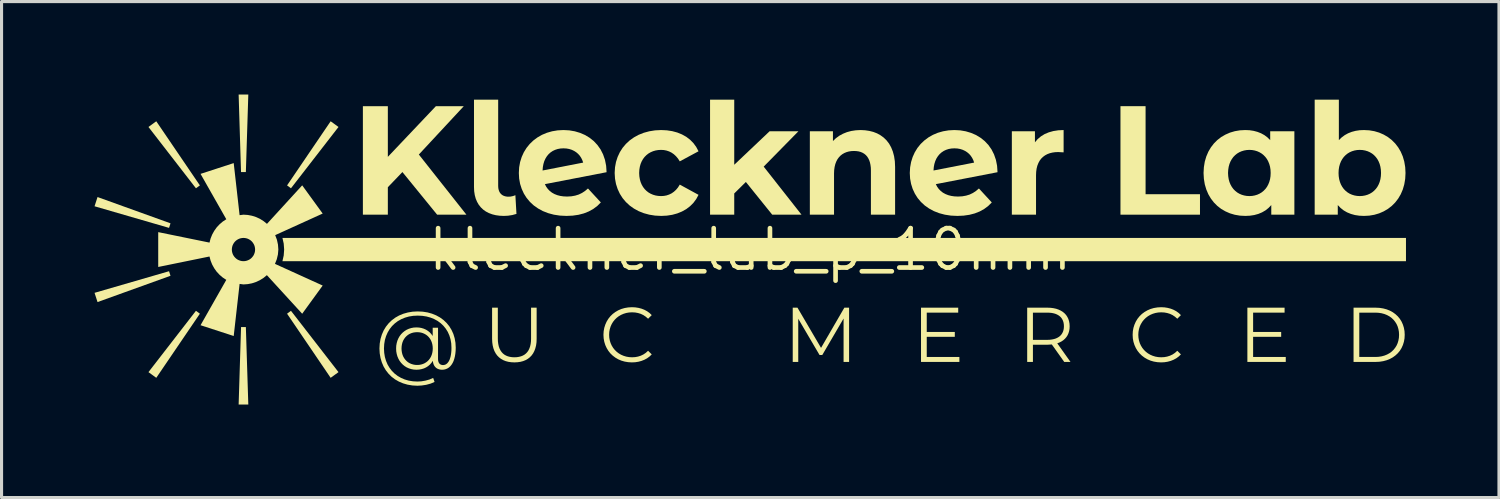
<source format=kicad_pcb>
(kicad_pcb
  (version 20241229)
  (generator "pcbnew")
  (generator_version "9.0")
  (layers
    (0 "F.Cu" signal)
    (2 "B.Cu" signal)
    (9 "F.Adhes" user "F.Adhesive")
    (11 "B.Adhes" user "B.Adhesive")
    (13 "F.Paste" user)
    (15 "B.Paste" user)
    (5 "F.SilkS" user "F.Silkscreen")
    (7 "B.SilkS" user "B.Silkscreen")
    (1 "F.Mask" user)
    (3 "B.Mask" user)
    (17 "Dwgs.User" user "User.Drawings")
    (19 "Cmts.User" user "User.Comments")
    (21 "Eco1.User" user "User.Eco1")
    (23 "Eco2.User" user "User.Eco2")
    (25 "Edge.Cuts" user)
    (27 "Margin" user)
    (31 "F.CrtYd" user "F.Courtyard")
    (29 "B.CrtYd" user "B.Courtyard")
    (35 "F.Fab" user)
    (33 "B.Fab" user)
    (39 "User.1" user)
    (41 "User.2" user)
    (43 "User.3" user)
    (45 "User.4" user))
  (footprint "kleckner_lab_p_10mm"
    (layer "F.Cu")
    (at 21.152 5)
    (property "Reference" "kleckner_lab_p_10mm" (at 0 0 0) (layer "F.SilkS") (effects (font (size 1.27 1.27) (thickness 0.15))))
    (attr smd)
    (fp_poly (pts (xy -18.749 0.699) (xy -21.152 1.396) (xy -21.056 1.694) (xy -18.702 0.846) (xy -18.749 0.699)) (stroke (width 0) (type solid)) (fill yes) (layer "F.SilkS"))
    (fp_poly (pts (xy -18.702 -0.846) (xy -21.056 -1.694) (xy -21.152 -1.396) (xy -18.749 -0.699) (xy -18.702 -0.846)) (stroke (width 0) (type solid)) (fill yes) (layer "F.SilkS"))
    (fp_poly (pts (xy -17.881 1.976) (xy -19.413 3.954) (xy -19.161 4.138) (xy -17.754 2.069) (xy -17.881 1.976)) (stroke (width 0) (type solid)) (fill yes) (layer "F.SilkS"))
    (fp_poly (pts (xy -17.754 -2.069) (xy -19.161 -4.138) (xy -19.413 -3.954) (xy -17.881 -1.976) (xy -17.754 -2.069)) (stroke (width 0) (type solid)) (fill yes) (layer "F.SilkS"))
    (fp_poly (pts (xy -16.426 2.5) (xy -16.504 5) (xy -16.192 5) (xy -16.271 2.5) (xy -16.426 2.5)) (stroke (width 0) (type solid)) (fill yes) (layer "F.SilkS"))
    (fp_poly (pts (xy -16.271 -2.5) (xy -16.192 -5) (xy -16.504 -5) (xy -16.427 -2.5) (xy -16.271 -2.5)) (stroke (width 0) (type solid)) (fill yes) (layer "F.SilkS"))
    (fp_poly (pts (xy -14.942 2.069) (xy -13.536 4.138) (xy -13.283 3.954) (xy -14.816 1.976) (xy -14.942 2.069)) (stroke (width 0) (type solid)) (fill yes) (layer "F.SilkS"))
    (fp_poly (pts (xy -14.816 -1.976) (xy -13.283 -3.954) (xy -13.536 -4.138) (xy -14.942 -2.069) (xy -14.816 -1.976)) (stroke (width 0) (type solid)) (fill yes) (layer "F.SilkS"))
    (fp_poly (pts (xy 11.942 -1.125) (xy 14.507 -1.125) (xy 14.507 -1.785) (xy 12.752 -1.785) (xy 12.752 -4.625) (xy 11.942 -4.625) (xy 11.942 -1.125)) (stroke (width 0) (type solid)) (fill yes) (layer "F.SilkS"))
    (fp_poly (pts (xy -15.091 -0.375) (xy -15.05 -0.192) (xy -15.036 0) (xy -15.05 0.192) (xy -15.091 0.375) (xy 21.152 0.375) (xy 21.152 -0.375) (xy -15.091 -0.375)) (stroke (width 0) (type solid)) (fill yes) (layer "F.SilkS"))
    (fp_poly (pts (xy -10.101 -1.125) (xy -9.156 -1.125) (xy -10.691 -3.065) (xy -9.241 -4.625) (xy -10.141 -4.625) (xy -11.691 -2.99) (xy -11.691 -4.625) (xy -12.496 -4.625) (xy -12.496 -1.125) (xy -11.691 -1.125) (xy -11.691 -2.01) (xy -11.221 -2.5) (xy -10.101 -1.125)) (stroke (width 0) (type solid)) (fill yes) (layer "F.SilkS"))
    (fp_poly (pts (xy 0.708 -1.125) (xy 1.653 -1.125) (xy 0.433 -2.675) (xy 1.553 -3.815) (xy 0.623 -3.815) (xy -0.517 -2.735) (xy -0.517 -4.835) (xy -1.297 -4.835) (xy -1.297 -1.125) (xy -0.517 -1.125) (xy -0.517 -1.81) (xy -0.142 -2.18) (xy 0.708 -1.125)) (stroke (width 0) (type solid)) (fill yes) (layer "F.SilkS"))
    (fp_poly (pts (xy 5.693 3.465) (xy 5.693 2.815) (xy 6.598 2.815) (xy 6.598 2.658) (xy 5.693 2.658) (xy 5.693 2.035) (xy 6.708 2.035) (xy 6.708 1.875) (xy 5.508 1.875) (xy 5.508 3.625) (xy 6.746 3.625) (xy 6.746 3.465) (xy 5.693 3.465)) (stroke (width 0) (type solid)) (fill yes) (layer "F.SilkS"))
    (fp_poly (pts (xy 16.221 3.465) (xy 16.221 2.815) (xy 17.126 2.815) (xy 17.126 2.658) (xy 16.221 2.658) (xy 16.221 2.035) (xy 17.236 2.035) (xy 17.236 1.875) (xy 16.036 1.875) (xy 16.036 3.625) (xy 17.274 3.625) (xy 17.274 3.465) (xy 16.221 3.465)) (stroke (width 0) (type solid)) (fill yes) (layer "F.SilkS"))
    (fp_poly (pts (xy 3.035 1.875) (xy 2.283 3.172) (xy 1.523 1.875) (xy 1.37 1.875) (xy 1.37 3.625) (xy 1.548 3.625) (xy 1.548 2.232) (xy 2.235 3.402) (xy 2.323 3.402) (xy 3.01 2.225) (xy 3.01 3.625) (xy 3.188 3.625) (xy 3.188 1.875) (xy 3.035 1.875)) (stroke (width 0) (type solid)) (fill yes) (layer "F.SilkS"))
    (fp_poly (pts (xy 9.183 -3.46) (xy 9.183 -3.815) (xy 8.438 -3.815) (xy 8.438 -1.125) (xy 9.218 -1.125) (xy 9.218 -2.395) (xy 9.223 -2.509) (xy 9.237 -2.613) (xy 9.261 -2.707) (xy 9.295 -2.792) (xy 9.336 -2.868) (xy 9.386 -2.934) (xy 9.444 -2.99) (xy 9.509 -3.038) (xy 9.581 -3.077) (xy 9.66 -3.107) (xy 9.745 -3.128) (xy 9.836 -3.141) (xy 9.933 -3.145) (xy 10.108 -3.135) (xy 10.108 -3.855) (xy 9.936 -3.847) (xy 9.776 -3.822) (xy 9.629 -3.781) (xy 9.496 -3.725) (xy 9.377 -3.652) (xy 9.272 -3.564) (xy 9.183 -3.46)) (stroke (width 0) (type solid)) (fill yes) (layer "F.SilkS"))
    (fp_poly (pts (xy -7.947 -1.085) (xy -7.812 -1.092) (xy -7.677 -1.113) (xy -7.542 -1.15) (xy -7.577 -1.755) (xy -7.618 -1.737) (xy -7.672 -1.721) (xy -7.733 -1.709) (xy -7.797 -1.705) (xy -7.845 -1.707) (xy -7.889 -1.714) (xy -7.93 -1.725) (xy -7.968 -1.74) (xy -8.001 -1.759) (xy -8.031 -1.783) (xy -8.058 -1.811) (xy -8.08 -1.842) (xy -8.099 -1.878) (xy -8.113 -1.918) (xy -8.124 -1.961) (xy -8.13 -2.009) (xy -8.132 -2.06) (xy -8.132 -4.835) (xy -8.912 -4.835) (xy -8.912 -2.015) (xy -8.906 -1.881) (xy -8.887 -1.757) (xy -8.856 -1.643) (xy -8.813 -1.54) (xy -8.759 -1.446) (xy -8.693 -1.363) (xy -8.617 -1.29) (xy -8.53 -1.228) (xy -8.432 -1.177) (xy -8.325 -1.137) (xy -8.208 -1.108) (xy -8.082 -1.091) (xy -7.947 -1.085)) (stroke (width 0) (type solid)) (fill yes) (layer "F.SilkS"))
    (fp_poly (pts (xy 3.557 -3.855) (xy 3.404 -3.847) (xy 3.258 -3.825) (xy 3.12 -3.788) (xy 2.991 -3.736) (xy 2.871 -3.671) (xy 2.763 -3.592) (xy 2.667 -3.5) (xy 2.667 -3.815) (xy 1.922 -3.815) (xy 1.922 -1.125) (xy 2.702 -1.125) (xy 2.702 -2.455) (xy 2.707 -2.565) (xy 2.721 -2.665) (xy 2.743 -2.756) (xy 2.774 -2.838) (xy 2.812 -2.911) (xy 2.858 -2.974) (xy 2.911 -3.03) (xy 2.97 -3.076) (xy 3.036 -3.114) (xy 3.106 -3.143) (xy 3.182 -3.164) (xy 3.262 -3.176) (xy 3.347 -3.18) (xy 3.424 -3.176) (xy 3.496 -3.166) (xy 3.562 -3.148) (xy 3.623 -3.122) (xy 3.678 -3.089) (xy 3.727 -3.049) (xy 3.77 -3.001) (xy 3.806 -2.945) (xy 3.837 -2.881) (xy 3.861 -2.809) (xy 3.878 -2.729) (xy 3.889 -2.641) (xy 3.892 -2.545) (xy 3.892 -1.125) (xy 4.672 -1.125) (xy 4.672 -2.665) (xy 4.664 -2.846) (xy 4.639 -3.012) (xy 4.599 -3.162) (xy 4.545 -3.296) (xy 4.478 -3.416) (xy 4.397 -3.521) (xy 4.305 -3.611) (xy 4.202 -3.686) (xy 4.09 -3.748) (xy 3.968 -3.795) (xy 3.838 -3.828) (xy 3.701 -3.848) (xy 3.557 -3.855)) (stroke (width 0) (type solid)) (fill yes) (layer "F.SilkS"))
    (fp_poly (pts (xy -7.608 3.64) (xy -7.508 3.635) (xy -7.415 3.622) (xy -7.328 3.599) (xy -7.248 3.567) (xy -7.176 3.526) (xy -7.111 3.476) (xy -7.054 3.417) (xy -7.005 3.349) (xy -6.965 3.272) (xy -6.933 3.186) (xy -6.909 3.092) (xy -6.895 2.989) (xy -6.891 2.877) (xy -6.891 1.875) (xy -7.071 1.875) (xy -7.071 2.87) (xy -7.074 2.962) (xy -7.084 3.046) (xy -7.101 3.122) (xy -7.125 3.19) (xy -7.154 3.251) (xy -7.191 3.304) (xy -7.233 3.35) (xy -7.281 3.389) (xy -7.335 3.42) (xy -7.395 3.444) (xy -7.461 3.461) (xy -7.532 3.472) (xy -7.608 3.475) (xy -7.684 3.472) (xy -7.755 3.461) (xy -7.82 3.444) (xy -7.879 3.42) (xy -7.933 3.389) (xy -7.981 3.35) (xy -8.023 3.304) (xy -8.059 3.251) (xy -8.089 3.19) (xy -8.113 3.122) (xy -8.129 3.046) (xy -8.14 2.962) (xy -8.143 2.87) (xy -8.143 1.875) (xy -8.328 1.875) (xy -8.328 2.877) (xy -8.323 2.989) (xy -8.309 3.092) (xy -8.286 3.186) (xy -8.254 3.272) (xy -8.213 3.349) (xy -8.164 3.417) (xy -8.106 3.476) (xy -8.041 3.526) (xy -7.969 3.567) (xy -7.889 3.599) (xy -7.802 3.622) (xy -7.708 3.635) (xy -7.608 3.64)) (stroke (width 0) (type solid)) (fill yes) (layer "F.SilkS"))
    (fp_poly (pts (xy 20.174 3.625) (xy 20.3 3.619) (xy 20.419 3.6) (xy 20.53 3.57) (xy 20.633 3.529) (xy 20.728 3.477) (xy 20.813 3.415) (xy 20.889 3.344) (xy 20.955 3.264) (xy 21.01 3.175) (xy 21.053 3.079) (xy 21.085 2.976) (xy 21.105 2.866) (xy 21.111 2.75) (xy 21.105 2.634) (xy 21.085 2.524) (xy 21.053 2.421) (xy 21.01 2.325) (xy 20.955 2.236) (xy 20.889 2.156) (xy 20.813 2.085) (xy 20.728 2.023) (xy 20.633 1.971) (xy 20.53 1.93) (xy 20.419 1.9) (xy 20.3 1.881) (xy 20.174 1.875) (xy 19.461 1.875) (xy 19.461 3.625) (xy 20.174 3.625) (xy 20.164 3.465) (xy 19.646 3.465) (xy 19.646 2.035) (xy 20.164 2.035) (xy 20.268 2.04) (xy 20.366 2.055) (xy 20.458 2.08) (xy 20.542 2.114) (xy 20.619 2.156) (xy 20.689 2.207) (xy 20.75 2.265) (xy 20.803 2.331) (xy 20.848 2.403) (xy 20.883 2.481) (xy 20.908 2.566) (xy 20.924 2.655) (xy 20.929 2.75) (xy 20.924 2.845) (xy 20.908 2.934) (xy 20.883 3.019) (xy 20.848 3.097) (xy 20.803 3.169) (xy 20.75 3.235) (xy 20.689 3.293) (xy 20.619 3.344) (xy 20.542 3.386) (xy 20.458 3.42) (xy 20.366 3.445) (xy 20.268 3.46) (xy 20.164 3.465)) (stroke (width 0) (type solid)) (fill yes) (layer "F.SilkS"))
    (fp_poly (pts (xy 9.118 3.07) (xy 9.588 3.07) (xy 9.728 3.062) (xy 10.128 3.625) (xy 10.33 3.625) (xy 9.903 3.025) (xy 9.976 2.997) (xy 10.042 2.963) (xy 10.102 2.922) (xy 10.154 2.875) (xy 10.199 2.822) (xy 10.236 2.764) (xy 10.265 2.699) (xy 10.286 2.63) (xy 10.299 2.555) (xy 10.303 2.475) (xy 10.298 2.391) (xy 10.284 2.313) (xy 10.261 2.24) (xy 10.229 2.174) (xy 10.189 2.113) (xy 10.14 2.059) (xy 10.083 2.011) (xy 10.018 1.971) (xy 9.946 1.937) (xy 9.867 1.91) (xy 9.781 1.891) (xy 9.688 1.879) (xy 9.588 1.875) (xy 8.933 1.875) (xy 8.933 3.625) (xy 9.118 3.625) (xy 9.118 3.07) (xy 9.118 2.913) (xy 9.118 2.035) (xy 9.583 2.035) (xy 9.661 2.038) (xy 9.733 2.046) (xy 9.799 2.06) (xy 9.859 2.079) (xy 9.912 2.104) (xy 9.96 2.133) (xy 10.002 2.168) (xy 10.037 2.207) (xy 10.066 2.252) (xy 10.089 2.301) (xy 10.105 2.354) (xy 10.115 2.413) (xy 10.118 2.475) (xy 10.115 2.536) (xy 10.105 2.594) (xy 10.089 2.647) (xy 10.066 2.695) (xy 10.037 2.74) (xy 10.002 2.779) (xy 9.96 2.814) (xy 9.912 2.843) (xy 9.859 2.868) (xy 9.799 2.887) (xy 9.733 2.901) (xy 9.661 2.91) (xy 9.583 2.913) (xy 9.118 2.913)) (stroke (width 0) (type solid)) (fill yes) (layer "F.SilkS"))
    (fp_poly (pts (xy -3.821 3.64) (xy -3.712 3.635) (xy -3.608 3.619) (xy -3.509 3.592) (xy -3.415 3.555) (xy -3.328 3.508) (xy -3.249 3.45) (xy -3.178 3.382) (xy -3.296 3.265) (xy -3.37 3.332) (xy -3.449 3.385) (xy -3.533 3.425) (xy -3.622 3.453) (xy -3.715 3.47) (xy -3.813 3.475) (xy -3.909 3.47) (xy -4 3.454) (xy -4.086 3.428) (xy -4.167 3.393) (xy -4.242 3.349) (xy -4.31 3.297) (xy -4.371 3.237) (xy -4.424 3.171) (xy -4.469 3.097) (xy -4.505 3.018) (xy -4.531 2.933) (xy -4.548 2.844) (xy -4.553 2.75) (xy -4.548 2.656) (xy -4.531 2.567) (xy -4.505 2.482) (xy -4.469 2.403) (xy -4.424 2.329) (xy -4.371 2.263) (xy -4.31 2.203) (xy -4.242 2.151) (xy -4.167 2.107) (xy -4.086 2.072) (xy -4 2.046) (xy -3.909 2.03) (xy -3.813 2.025) (xy -3.715 2.03) (xy -3.622 2.047) (xy -3.533 2.074) (xy -3.449 2.114) (xy -3.37 2.167) (xy -3.296 2.232) (xy -3.178 2.115) (xy -3.249 2.047) (xy -3.328 1.99) (xy -3.415 1.943) (xy -3.508 1.907) (xy -3.607 1.881) (xy -3.711 1.865) (xy -3.818 1.86) (xy -3.937 1.867) (xy -4.051 1.886) (xy -4.158 1.917) (xy -4.259 1.96) (xy -4.351 2.014) (xy -4.436 2.077) (xy -4.511 2.15) (xy -4.577 2.232) (xy -4.632 2.322) (xy -4.676 2.42) (xy -4.709 2.524) (xy -4.729 2.634) (xy -4.736 2.75) (xy -4.729 2.866) (xy -4.709 2.976) (xy -4.677 3.08) (xy -4.632 3.178) (xy -4.577 3.268) (xy -4.512 3.35) (xy -4.436 3.423) (xy -4.352 3.486) (xy -4.26 3.54) (xy -4.159 3.583) (xy -4.052 3.614) (xy -3.939 3.633) (xy -3.821 3.64)) (stroke (width 0) (type solid)) (fill yes) (layer "F.SilkS"))
    (fp_poly (pts (xy 13.25 3.64) (xy 13.358 3.635) (xy 13.462 3.619) (xy 13.562 3.592) (xy 13.655 3.555) (xy 13.742 3.508) (xy 13.821 3.45) (xy 13.892 3.382) (xy 13.775 3.265) (xy 13.701 3.332) (xy 13.622 3.385) (xy 13.537 3.425) (xy 13.448 3.453) (xy 13.355 3.47) (xy 13.257 3.475) (xy 13.162 3.47) (xy 13.07 3.454) (xy 12.984 3.428) (xy 12.903 3.393) (xy 12.828 3.349) (xy 12.76 3.297) (xy 12.699 3.237) (xy 12.646 3.171) (xy 12.601 3.097) (xy 12.565 3.018) (xy 12.539 2.933) (xy 12.523 2.844) (xy 12.517 2.75) (xy 12.523 2.656) (xy 12.539 2.567) (xy 12.565 2.482) (xy 12.601 2.403) (xy 12.646 2.329) (xy 12.699 2.263) (xy 12.76 2.203) (xy 12.828 2.151) (xy 12.903 2.107) (xy 12.984 2.072) (xy 13.07 2.046) (xy 13.162 2.03) (xy 13.257 2.025) (xy 13.355 2.03) (xy 13.448 2.047) (xy 13.537 2.074) (xy 13.622 2.114) (xy 13.701 2.167) (xy 13.775 2.232) (xy 13.892 2.115) (xy 13.821 2.047) (xy 13.742 1.99) (xy 13.655 1.943) (xy 13.562 1.907) (xy 13.463 1.881) (xy 13.36 1.865) (xy 13.252 1.86) (xy 13.133 1.867) (xy 13.019 1.886) (xy 12.912 1.917) (xy 12.812 1.96) (xy 12.719 2.014) (xy 12.634 2.077) (xy 12.559 2.15) (xy 12.493 2.232) (xy 12.438 2.322) (xy 12.394 2.42) (xy 12.361 2.524) (xy 12.341 2.634) (xy 12.335 2.75) (xy 12.341 2.866) (xy 12.361 2.976) (xy 12.394 3.08) (xy 12.438 3.178) (xy 12.493 3.268) (xy 12.559 3.35) (xy 12.634 3.423) (xy 12.718 3.486) (xy 12.811 3.54) (xy 12.911 3.583) (xy 13.018 3.614) (xy 13.131 3.633) (xy 13.25 3.64)) (stroke (width 0) (type solid)) (fill yes) (layer "F.SilkS"))
    (fp_poly (pts (xy -6.625 -2.11) (xy -4.635 -2.495) (xy -4.649 -2.702) (xy -4.687 -2.894) (xy -4.748 -3.07) (xy -4.829 -3.23) (xy -4.93 -3.372) (xy -5.047 -3.498) (xy -5.181 -3.605) (xy -5.328 -3.694) (xy -5.488 -3.763) (xy -5.659 -3.814) (xy -5.839 -3.845) (xy -6.025 -3.855) (xy -6.213 -3.845) (xy -6.392 -3.815) (xy -6.56 -3.767) (xy -6.718 -3.701) (xy -6.863 -3.618) (xy -6.996 -3.519) (xy -7.114 -3.406) (xy -7.217 -3.279) (xy -7.304 -3.139) (xy -7.373 -2.987) (xy -7.424 -2.824) (xy -7.455 -2.652) (xy -7.465 -2.47) (xy -7.455 -2.289) (xy -7.424 -2.117) (xy -7.372 -1.955) (xy -7.302 -1.803) (xy -7.213 -1.663) (xy -7.106 -1.536) (xy -6.983 -1.422) (xy -6.843 -1.324) (xy -6.688 -1.24) (xy -6.519 -1.174) (xy -6.336 -1.125) (xy -6.139 -1.095) (xy -5.93 -1.085) (xy -5.729 -1.094) (xy -5.542 -1.121) (xy -5.369 -1.166) (xy -5.21 -1.229) (xy -5.065 -1.309) (xy -4.935 -1.406) (xy -4.82 -1.52) (xy -5.235 -1.97) (xy -5.33 -1.89) (xy -5.429 -1.825) (xy -5.535 -1.774) (xy -5.65 -1.739) (xy -5.774 -1.717) (xy -5.91 -1.71) (xy -6.023 -1.715) (xy -6.129 -1.73) (xy -6.226 -1.755) (xy -6.315 -1.79) (xy -6.395 -1.834) (xy -6.467 -1.889) (xy -6.529 -1.953) (xy -6.582 -2.026) (xy -6.625 -2.11) (xy -6.7 -2.55) (xy -6.691 -2.66) (xy -6.672 -2.761) (xy -6.644 -2.854) (xy -6.605 -2.938) (xy -6.559 -3.012) (xy -6.504 -3.078) (xy -6.441 -3.134) (xy -6.37 -3.181) (xy -6.293 -3.217) (xy -6.21 -3.244) (xy -6.12 -3.26) (xy -6.025 -3.265) (xy -5.931 -3.26) (xy -5.842 -3.244) (xy -5.759 -3.218) (xy -5.683 -3.182) (xy -5.614 -3.138) (xy -5.553 -3.086) (xy -5.499 -3.026) (xy -5.454 -2.958) (xy -5.418 -2.885) (xy -5.39 -2.805) (xy -6.7 -2.55)) (stroke (width 0) (type solid)) (fill yes) (layer "F.SilkS"))
    (fp_poly (pts (xy 5.986 -2.11) (xy 7.976 -2.495) (xy 7.962 -2.702) (xy 7.924 -2.894) (xy 7.863 -3.07) (xy 7.782 -3.23) (xy 7.682 -3.372) (xy 7.564 -3.498) (xy 7.43 -3.605) (xy 7.283 -3.694) (xy 7.123 -3.763) (xy 6.952 -3.814) (xy 6.773 -3.845) (xy 6.586 -3.855) (xy 6.398 -3.845) (xy 6.22 -3.815) (xy 6.051 -3.767) (xy 5.894 -3.701) (xy 5.748 -3.618) (xy 5.616 -3.519) (xy 5.497 -3.406) (xy 5.394 -3.279) (xy 5.308 -3.139) (xy 5.239 -2.987) (xy 5.188 -2.824) (xy 5.157 -2.652) (xy 5.146 -2.47) (xy 5.156 -2.289) (xy 5.188 -2.117) (xy 5.239 -1.955) (xy 5.31 -1.803) (xy 5.398 -1.663) (xy 5.505 -1.536) (xy 5.628 -1.422) (xy 5.768 -1.324) (xy 5.923 -1.24) (xy 6.092 -1.174) (xy 6.276 -1.125) (xy 6.472 -1.095) (xy 6.681 -1.085) (xy 6.882 -1.094) (xy 7.069 -1.121) (xy 7.243 -1.166) (xy 7.402 -1.229) (xy 7.546 -1.309) (xy 7.676 -1.406) (xy 7.791 -1.52) (xy 7.376 -1.97) (xy 7.281 -1.89) (xy 7.182 -1.825) (xy 7.076 -1.774) (xy 6.961 -1.739) (xy 6.837 -1.717) (xy 6.701 -1.71) (xy 6.588 -1.715) (xy 6.483 -1.73) (xy 6.385 -1.755) (xy 6.297 -1.79) (xy 6.216 -1.834) (xy 6.145 -1.889) (xy 6.082 -1.953) (xy 6.029 -2.026) (xy 5.986 -2.11) (xy 5.911 -2.55) (xy 5.92 -2.66) (xy 5.939 -2.761) (xy 5.968 -2.854) (xy 6.006 -2.938) (xy 6.053 -3.012) (xy 6.108 -3.078) (xy 6.171 -3.134) (xy 6.241 -3.181) (xy 6.318 -3.217) (xy 6.401 -3.244) (xy 6.491 -3.26) (xy 6.586 -3.265) (xy 6.681 -3.26) (xy 6.769 -3.244) (xy 6.852 -3.218) (xy 6.928 -3.182) (xy 6.997 -3.138) (xy 7.059 -3.086) (xy 7.112 -3.026) (xy 7.157 -2.958) (xy 7.194 -2.885) (xy 7.221 -2.805) (xy 5.911 -2.55)) (stroke (width 0) (type solid)) (fill yes) (layer "F.SilkS"))
    (fp_poly (pts (xy -2.874 -1.085) (xy -2.69 -1.094) (xy -2.516 -1.121) (xy -2.353 -1.166) (xy -2.203 -1.227) (xy -2.065 -1.304) (xy -1.942 -1.398) (xy -1.834 -1.506) (xy -1.743 -1.628) (xy -1.669 -1.765) (xy -2.274 -2.095) (xy -2.331 -2.004) (xy -2.395 -1.927) (xy -2.464 -1.864) (xy -2.539 -1.812) (xy -2.618 -1.774) (xy -2.701 -1.746) (xy -2.788 -1.73) (xy -2.879 -1.725) (xy -2.968 -1.73) (xy -3.054 -1.744) (xy -3.136 -1.768) (xy -3.213 -1.801) (xy -3.284 -1.842) (xy -3.349 -1.893) (xy -3.408 -1.952) (xy -3.459 -2.019) (xy -3.502 -2.094) (xy -3.537 -2.177) (xy -3.562 -2.267) (xy -3.578 -2.365) (xy -3.584 -2.47) (xy -3.578 -2.575) (xy -3.562 -2.673) (xy -3.537 -2.763) (xy -3.502 -2.846) (xy -3.459 -2.921) (xy -3.408 -2.988) (xy -3.349 -3.047) (xy -3.284 -3.098) (xy -3.213 -3.139) (xy -3.136 -3.172) (xy -3.054 -3.196) (xy -2.968 -3.21) (xy -2.879 -3.215) (xy -2.788 -3.21) (xy -2.701 -3.193) (xy -2.618 -3.165) (xy -2.539 -3.126) (xy -2.464 -3.074) (xy -2.395 -3.01) (xy -2.331 -2.934) (xy -2.274 -2.845) (xy -1.669 -3.17) (xy -1.743 -3.309) (xy -1.834 -3.434) (xy -1.942 -3.543) (xy -2.065 -3.637) (xy -2.203 -3.714) (xy -2.353 -3.775) (xy -2.516 -3.819) (xy -2.69 -3.846) (xy -2.874 -3.855) (xy -3.071 -3.845) (xy -3.258 -3.815) (xy -3.435 -3.767) (xy -3.599 -3.702) (xy -3.751 -3.619) (xy -3.889 -3.521) (xy -4.011 -3.408) (xy -4.118 -3.281) (xy -4.207 -3.141) (xy -4.278 -2.989) (xy -4.331 -2.826) (xy -4.363 -2.653) (xy -4.374 -2.47) (xy -4.363 -2.287) (xy -4.331 -2.114) (xy -4.278 -1.951) (xy -4.207 -1.799) (xy -4.118 -1.659) (xy -4.011 -1.532) (xy -3.889 -1.419) (xy -3.751 -1.321) (xy -3.599 -1.238) (xy -3.435 -1.173) (xy -3.258 -1.125) (xy -3.071 -1.095) (xy -2.874 -1.085)) (stroke (width 0) (type solid)) (fill yes) (layer "F.SilkS"))
    (fp_poly (pts (xy 16.807 -1.435) (xy 16.807 -1.125) (xy 17.552 -1.125) (xy 17.552 -3.815) (xy 16.772 -3.815) (xy 16.772 -3.53) (xy 16.684 -3.617) (xy 16.585 -3.691) (xy 16.478 -3.75) (xy 16.361 -3.796) (xy 16.237 -3.829) (xy 16.106 -3.849) (xy 15.967 -3.855) (xy 15.795 -3.846) (xy 15.631 -3.818) (xy 15.474 -3.772) (xy 15.328 -3.708) (xy 15.191 -3.629) (xy 15.067 -3.533) (xy 14.956 -3.422) (xy 14.859 -3.296) (xy 14.777 -3.157) (xy 14.711 -3.003) (xy 14.662 -2.837) (xy 14.633 -2.659) (xy 14.622 -2.47) (xy 14.633 -2.281) (xy 14.662 -2.103) (xy 14.711 -1.937) (xy 14.777 -1.783) (xy 14.859 -1.644) (xy 14.956 -1.518) (xy 15.067 -1.407) (xy 15.191 -1.311) (xy 15.328 -1.232) (xy 15.474 -1.168) (xy 15.631 -1.122) (xy 15.795 -1.094) (xy 15.967 -1.085) (xy 16.117 -1.092) (xy 16.257 -1.113) (xy 16.388 -1.149) (xy 16.508 -1.199) (xy 16.619 -1.263) (xy 16.718 -1.342) (xy 16.807 -1.435) (xy 16.497 -1.844) (xy 16.427 -1.802) (xy 16.353 -1.769) (xy 16.273 -1.745) (xy 16.19 -1.73) (xy 16.102 -1.725) (xy 16.014 -1.73) (xy 15.93 -1.745) (xy 15.849 -1.769) (xy 15.774 -1.802) (xy 15.704 -1.844) (xy 15.641 -1.895) (xy 15.583 -1.954) (xy 15.534 -2.021) (xy 15.492 -2.096) (xy 15.458 -2.179) (xy 15.433 -2.269) (xy 15.418 -2.366) (xy 15.412 -2.47) (xy 15.418 -2.574) (xy 15.433 -2.671) (xy 15.458 -2.761) (xy 15.492 -2.844) (xy 15.534 -2.919) (xy 15.583 -2.986) (xy 15.641 -3.045) (xy 15.704 -3.096) (xy 15.774 -3.138) (xy 15.849 -3.171) (xy 15.93 -3.195) (xy 16.014 -3.21) (xy 16.102 -3.215) (xy 16.19 -3.21) (xy 16.273 -3.195) (xy 16.353 -3.171) (xy 16.427 -3.138) (xy 16.497 -3.096) (xy 16.56 -3.045) (xy 16.617 -2.986) (xy 16.667 -2.919) (xy 16.708 -2.844) (xy 16.742 -2.761) (xy 16.767 -2.671) (xy 16.782 -2.574) (xy 16.787 -2.47) (xy 16.782 -2.366) (xy 16.767 -2.269) (xy 16.742 -2.179) (xy 16.708 -2.096) (xy 16.667 -2.021) (xy 16.617 -1.954) (xy 16.56 -1.895) (xy 16.497 -1.844)) (stroke (width 0) (type solid)) (fill yes) (layer "F.SilkS"))
    (fp_poly (pts (xy 18.952 -1.435) (xy 19.042 -1.342) (xy 19.142 -1.263) (xy 19.253 -1.199) (xy 19.375 -1.149) (xy 19.506 -1.113) (xy 19.647 -1.092) (xy 19.797 -1.085) (xy 19.968 -1.094) (xy 20.132 -1.122) (xy 20.288 -1.168) (xy 20.434 -1.232) (xy 20.569 -1.311) (xy 20.693 -1.407) (xy 20.804 -1.518) (xy 20.901 -1.644) (xy 20.983 -1.783) (xy 21.049 -1.937) (xy 21.097 -2.103) (xy 21.127 -2.281) (xy 21.137 -2.47) (xy 21.127 -2.659) (xy 21.097 -2.837) (xy 21.049 -3.003) (xy 20.983 -3.157) (xy 20.901 -3.296) (xy 20.804 -3.422) (xy 20.693 -3.533) (xy 20.569 -3.629) (xy 20.434 -3.708) (xy 20.288 -3.772) (xy 20.132 -3.818) (xy 19.968 -3.846) (xy 19.797 -3.855) (xy 19.657 -3.849) (xy 19.525 -3.829) (xy 19.401 -3.796) (xy 19.284 -3.75) (xy 19.177 -3.691) (xy 19.077 -3.617) (xy 18.987 -3.53) (xy 18.987 -4.835) (xy 18.207 -4.835) (xy 18.207 -1.125) (xy 18.952 -1.125) (xy 18.952 -1.435) (xy 19.266 -1.844) (xy 19.203 -1.895) (xy 19.146 -1.954) (xy 19.097 -2.021) (xy 19.055 -2.096) (xy 19.022 -2.179) (xy 18.997 -2.269) (xy 18.982 -2.366) (xy 18.977 -2.47) (xy 18.982 -2.574) (xy 18.997 -2.671) (xy 19.022 -2.761) (xy 19.055 -2.844) (xy 19.097 -2.919) (xy 19.146 -2.986) (xy 19.203 -3.045) (xy 19.266 -3.096) (xy 19.335 -3.138) (xy 19.41 -3.171) (xy 19.49 -3.195) (xy 19.574 -3.21) (xy 19.662 -3.215) (xy 19.75 -3.21) (xy 19.835 -3.195) (xy 19.915 -3.171) (xy 19.989 -3.138) (xy 20.059 -3.096) (xy 20.122 -3.045) (xy 20.178 -2.986) (xy 20.228 -2.919) (xy 20.269 -2.844) (xy 20.303 -2.761) (xy 20.327 -2.671) (xy 20.342 -2.574) (xy 20.347 -2.47) (xy 20.342 -2.366) (xy 20.327 -2.269) (xy 20.303 -2.179) (xy 20.269 -2.096) (xy 20.228 -2.021) (xy 20.178 -1.954) (xy 20.122 -1.895) (xy 20.059 -1.844) (xy 19.989 -1.802) (xy 19.915 -1.769) (xy 19.835 -1.745) (xy 19.75 -1.73) (xy 19.662 -1.725) (xy 19.574 -1.73) (xy 19.49 -1.745) (xy 19.41 -1.769) (xy 19.335 -1.802) (xy 19.266 -1.844)) (stroke (width 0) (type solid)) (fill yes) (layer "F.SilkS"))
    (fp_poly (pts (xy -16.473 -1.109) (xy -16.663 -2.789) (xy -17.733 -2.441) (xy -16.902 -0.978) (xy -17.016 -0.903) (xy -17.12 -0.814) (xy -17.213 -0.714) (xy -17.292 -0.603) (xy -17.358 -0.483) (xy -17.409 -0.356) (xy -17.444 -0.224) (xy -19.098 -0.562) (xy -19.098 0.562) (xy -17.444 0.224) (xy -17.409 0.356) (xy -17.358 0.483) (xy -17.292 0.603) (xy -17.213 0.714) (xy -17.12 0.814) (xy -17.016 0.903) (xy -16.902 0.978) (xy -17.733 2.441) (xy -16.663 2.789) (xy -16.473 1.109) (xy -16.348 1.125) (xy -16.21 1.115) (xy -16.074 1.089) (xy -15.942 1.046) (xy -15.817 0.987) (xy -15.7 0.914) (xy -15.593 0.826) (xy -14.454 2.071) (xy -13.793 1.161) (xy -15.332 0.462) (xy -15.274 0.314) (xy -15.237 0.159) (xy -15.223 0) (xy -15.235 -0.159) (xy -15.269 -0.316) (xy -15.325 -0.465) (xy -13.793 -1.161) (xy -14.454 -2.071) (xy -15.59 -0.829) (xy -15.698 -0.916) (xy -15.815 -0.99) (xy -15.941 -1.048) (xy -16.073 -1.09) (xy -16.21 -1.116) (xy -16.348 -1.125) (xy -16.473 -1.109) (xy -16.393 -0.372) (xy -16.348 -0.375) (xy -16.303 -0.372) (xy -16.258 -0.364) (xy -16.215 -0.351) (xy -16.174 -0.332) (xy -16.135 -0.309) (xy -16.099 -0.281) (xy -16.067 -0.249) (xy -16.04 -0.213) (xy -16.016 -0.174) (xy -15.997 -0.133) (xy -15.984 -0.09) (xy -15.976 -0.045) (xy -15.973 0) (xy -15.976 0.049) (xy -15.986 0.097) (xy -16.002 0.144) (xy -16.023 0.188) (xy -16.051 0.228) (xy -16.083 0.265) (xy -16.12 0.298) (xy -16.161 0.325) (xy -16.205 0.346) (xy -16.251 0.362) (xy -16.299 0.372) (xy -16.348 0.375) (xy -16.397 0.372) (xy -16.445 0.362) (xy -16.492 0.346) (xy -16.536 0.325) (xy -16.576 0.298) (xy -16.613 0.265) (xy -16.646 0.228) (xy -16.673 0.188) (xy -16.695 0.144) (xy -16.71 0.097) (xy -16.72 0.049) (xy -16.723 0) (xy -16.72 -0.045) (xy -16.712 -0.09) (xy -16.699 -0.133) (xy -16.68 -0.174) (xy -16.657 -0.213) (xy -16.629 -0.249) (xy -16.597 -0.281) (xy -16.561 -0.309) (xy -16.522 -0.332) (xy -16.481 -0.351) (xy -16.438 -0.364) (xy -16.393 -0.372)) (stroke (width 0) (type solid)) (fill yes) (layer "F.SilkS"))
    (fp_poly (pts (xy -10.239 3.588) (xy -10.234 3.632) (xy -10.225 3.673) (xy -10.212 3.71) (xy -10.195 3.744) (xy -10.174 3.775) (xy -10.15 3.801) (xy -10.123 3.824) (xy -10.092 3.843) (xy -10.058 3.857) (xy -10.021 3.868) (xy -9.982 3.875) (xy -9.94 3.877) (xy -9.879 3.872) (xy -9.822 3.858) (xy -9.769 3.835) (xy -9.72 3.804) (xy -9.676 3.764) (xy -9.636 3.715) (xy -9.601 3.659) (xy -9.571 3.595) (xy -9.547 3.523) (xy -9.527 3.443) (xy -9.513 3.357) (xy -9.504 3.263) (xy -9.501 3.162) (xy -9.51 3.006) (xy -9.536 2.859) (xy -9.578 2.721) (xy -9.637 2.592) (xy -9.709 2.474) (xy -9.796 2.368) (xy -9.896 2.273) (xy -10.008 2.191) (xy -10.132 2.123) (xy -10.267 2.068) (xy -10.411 2.028) (xy -10.564 2.004) (xy -10.726 1.996) (xy -10.89 2.004) (xy -11.046 2.03) (xy -11.192 2.071) (xy -11.328 2.127) (xy -11.453 2.198) (xy -11.566 2.283) (xy -11.666 2.38) (xy -11.753 2.489) (xy -11.826 2.61) (xy -11.884 2.742) (xy -11.927 2.883) (xy -11.953 3.033) (xy -11.962 3.192) (xy -11.953 3.35) (xy -11.927 3.5) (xy -11.885 3.641) (xy -11.828 3.773) (xy -11.756 3.894) (xy -11.67 4.004) (xy -11.571 4.103) (xy -11.459 4.188) (xy -11.335 4.259) (xy -11.2 4.316) (xy -11.055 4.358) (xy -10.9 4.384) (xy -10.737 4.393) (xy -10.598 4.385) (xy -10.453 4.363) (xy -10.312 4.325) (xy -10.184 4.271) (xy -10.229 4.141) (xy -10.35 4.193) (xy -10.481 4.229) (xy -10.612 4.251) (xy -10.737 4.258) (xy -10.881 4.25) (xy -11.018 4.228) (xy -11.146 4.191) (xy -11.265 4.14) (xy -11.374 4.077) (xy -11.472 4.002) (xy -11.56 3.915) (xy -11.635 3.817) (xy -11.699 3.71) (xy -11.749 3.593) (xy -11.786 3.467) (xy -11.808 3.333) (xy -11.816 3.192) (xy -11.808 3.05) (xy -11.786 2.917) (xy -11.748 2.791) (xy -11.697 2.675) (xy -11.633 2.567) (xy -11.557 2.47) (xy -11.468 2.384) (xy -11.369 2.309) (xy -11.259 2.247) (xy -11.139 2.197) (xy -11.01 2.16) (xy -10.872 2.138) (xy -10.726 2.131) (xy -10.582 2.138) (xy -10.445 2.159) (xy -10.317 2.194) (xy -10.197 2.242) (xy -10.087 2.302) (xy -9.988 2.374) (xy -9.899 2.458) (xy -9.823 2.552) (xy -9.758 2.656) (xy -9.707 2.77) (xy -9.669 2.894) (xy -9.646 3.025) (xy -9.639 3.165) (xy -9.64 3.245) (xy -9.646 3.319) (xy -9.655 3.387) (xy -9.667 3.45) (xy -9.683 3.506) (xy -9.701 3.557) (xy -9.723 3.601) (xy -9.748 3.638) (xy -9.775 3.67) (xy -9.805 3.694) (xy -9.837 3.712) (xy -9.872 3.722) (xy -9.908 3.726) (xy -9.929 3.725) (xy -9.949 3.722) (xy -9.967 3.717) (xy -9.985 3.71) (xy -10.002 3.7) (xy -10.017 3.688) (xy -10.031 3.673) (xy -10.043 3.656) (xy -10.053 3.636) (xy -10.061 3.613) (xy -10.067 3.587) (xy -10.071 3.557) (xy -10.072 3.525) (xy -10.072 2.522) (xy -10.244 2.522) (xy -10.244 2.789) (xy -10.289 2.727) (xy -10.34 2.671) (xy -10.398 2.624) (xy -10.462 2.584) (xy -10.531 2.553) (xy -10.606 2.53) (xy -10.685 2.516) (xy -10.768 2.512) (xy -10.853 2.516) (xy -10.934 2.531) (xy -11.011 2.555) (xy -11.083 2.587) (xy -11.149 2.628) (xy -11.209 2.676) (xy -11.263 2.731) (xy -11.311 2.794) (xy -11.35 2.862) (xy -11.382 2.937) (xy -11.405 3.017) (xy -11.42 3.102) (xy -11.424 3.192) (xy -11.42 3.282) (xy -11.405 3.367) (xy -11.382 3.448) (xy -11.35 3.523) (xy -11.311 3.592) (xy -11.263 3.655) (xy -11.209 3.711) (xy -11.149 3.76) (xy -11.083 3.801) (xy -11.011 3.833) (xy -10.934 3.857) (xy -10.853 3.872) (xy -10.768 3.877) (xy -10.683 3.872) (xy -10.602 3.857) (xy -10.526 3.834) (xy -10.456 3.801) (xy -10.392 3.76) (xy -10.334 3.71) (xy -10.283 3.653) (xy -10.239 3.588) (xy -10.33 3.508) (xy -10.366 3.556) (xy -10.407 3.599) (xy -10.454 3.636) (xy -10.505 3.667) (xy -10.559 3.691) (xy -10.618 3.709) (xy -10.68 3.72) (xy -10.744 3.723) (xy -10.811 3.72) (xy -10.874 3.708) (xy -10.933 3.69) (xy -10.989 3.666) (xy -11.04 3.635) (xy -11.086 3.597) (xy -11.127 3.554) (xy -11.163 3.506) (xy -11.194 3.452) (xy -11.218 3.393) (xy -11.235 3.33) (xy -11.246 3.263) (xy -11.25 3.192) (xy -11.246 3.12) (xy -11.235 3.053) (xy -11.218 2.99) (xy -11.194 2.932) (xy -11.163 2.879) (xy -11.127 2.831) (xy -11.086 2.789) (xy -11.04 2.752) (xy -10.989 2.721) (xy -10.933 2.697) (xy -10.874 2.679) (xy -10.811 2.669) (xy -10.744 2.665) (xy -10.68 2.669) (xy -10.618 2.679) (xy -10.559 2.697) (xy -10.505 2.721) (xy -10.454 2.751) (xy -10.407 2.788) (xy -10.366 2.83) (xy -10.33 2.878) (xy -10.299 2.931) (xy -10.275 2.989) (xy -10.257 3.052) (xy -10.246 3.12) (xy -10.242 3.192) (xy -10.246 3.264) (xy -10.257 3.332) (xy -10.275 3.396) (xy -10.299 3.454) (xy -10.33 3.508)) (stroke (width 0) (type solid)) (fill yes) (layer "F.SilkS")))
  (gr_rect
    (start -3 -3)
    (end 45.304 13)
    (stroke (width 0.1) (type default))
    (fill no)
    (layer "Edge.Cuts")))
</source>
